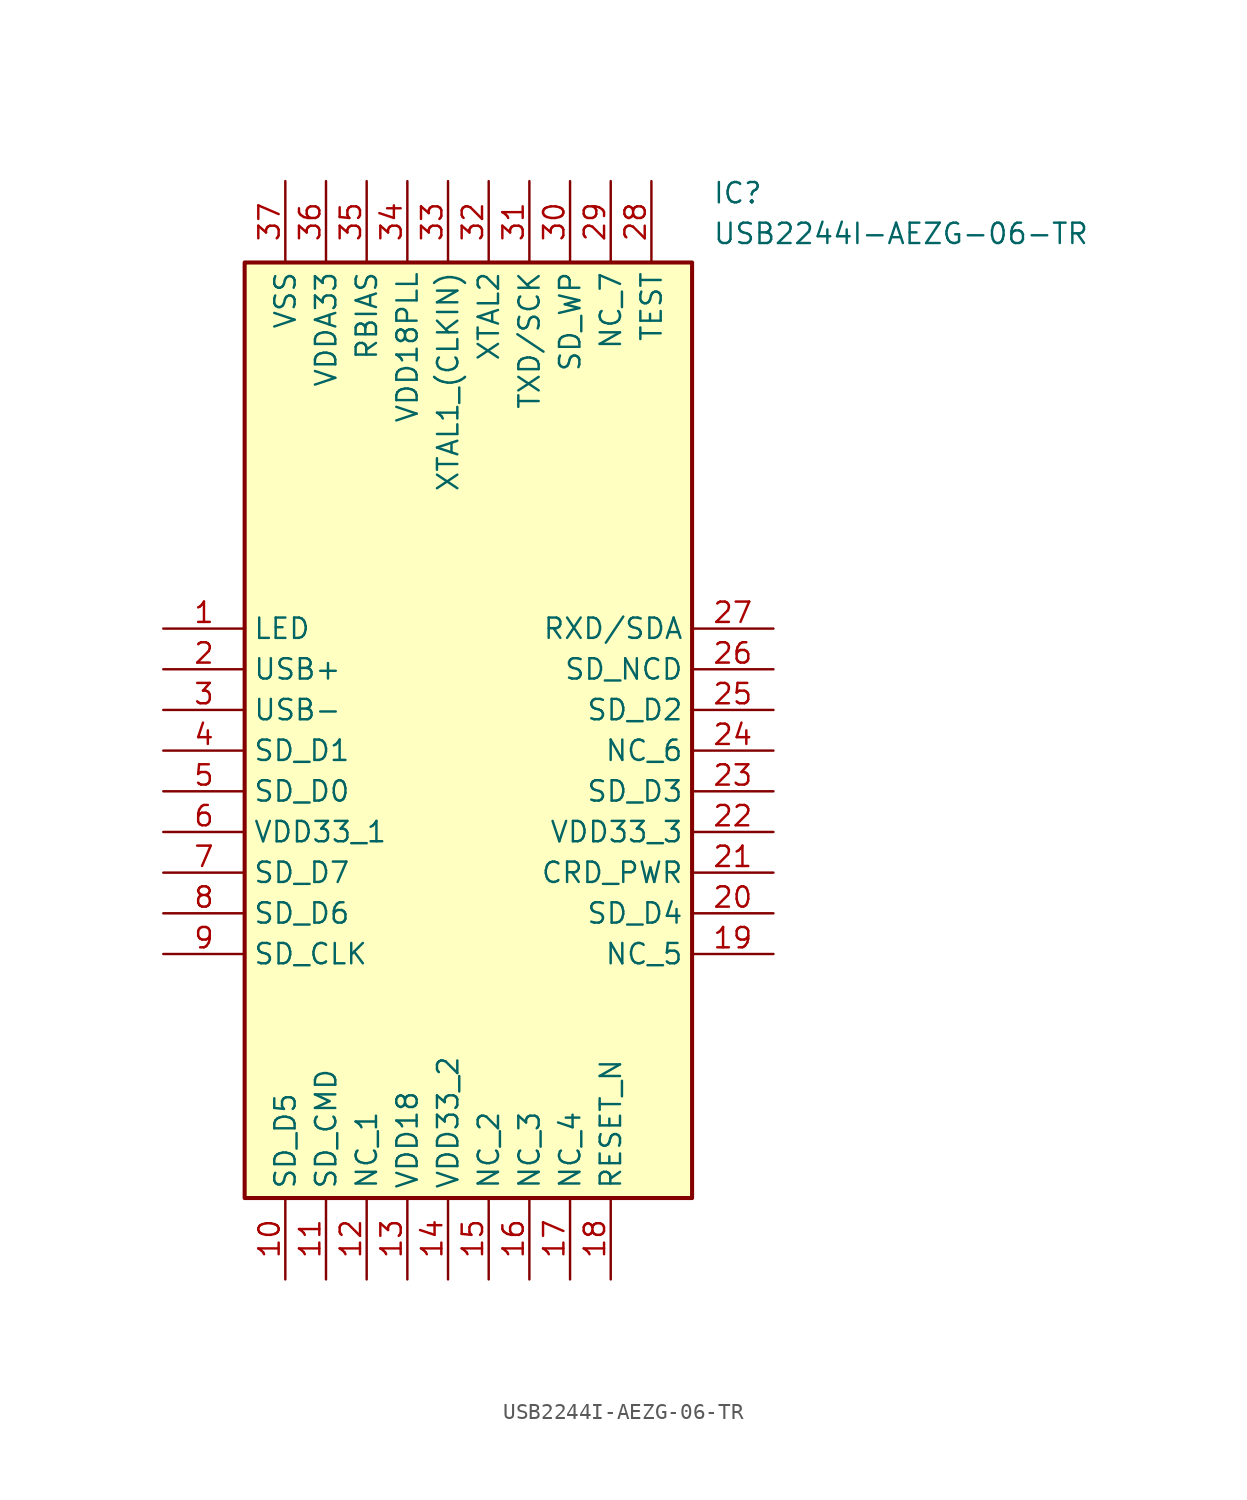
<source format=kicad_sym>
(kicad_symbol_lib
  (version 20211014)
  (generator SamacSys_ECAD_Model)
  (symbol "USB2244I-AEZG-06-TR"
    (property "Reference" "IC"
      (at 34.29 27.94 0)
      (effects (font (size 1.27 1.27)) (justify left top)))
    (property "Value" "USB2244I-AEZG-06-TR"
      (at 34.29 25.4 0)
      (effects (font (size 1.27 1.27)) (justify left top)))
    (rectangle
      (start 5.08 22.86)
      (end 33.02 -35.56)
      (stroke (width 0.254) (type default))
      (fill (type background)))
    (pin passive line
      (at 0 0 0)
      (length 5.08)
      (name "LED" (effects (font (size 1.27 1.27))))
      (number "1" (effects (font (size 1.27 1.27)))))
    (pin passive line
      (at 0 -2.54 0)
      (length 5.08)
      (name "USB+" (effects (font (size 1.27 1.27))))
      (number "2" (effects (font (size 1.27 1.27)))))
    (pin passive line
      (at 0 -5.08 0)
      (length 5.08)
      (name "USB-" (effects (font (size 1.27 1.27))))
      (number "3" (effects (font (size 1.27 1.27)))))
    (pin passive line
      (at 0 -7.62 0)
      (length 5.08)
      (name "SD_D1" (effects (font (size 1.27 1.27))))
      (number "4" (effects (font (size 1.27 1.27)))))
    (pin passive line
      (at 0 -10.16 0)
      (length 5.08)
      (name "SD_D0" (effects (font (size 1.27 1.27))))
      (number "5" (effects (font (size 1.27 1.27)))))
    (pin passive line
      (at 0 -12.7 0)
      (length 5.08)
      (name "VDD33_1" (effects (font (size 1.27 1.27))))
      (number "6" (effects (font (size 1.27 1.27)))))
    (pin passive line
      (at 0 -15.24 0)
      (length 5.08)
      (name "SD_D7" (effects (font (size 1.27 1.27))))
      (number "7" (effects (font (size 1.27 1.27)))))
    (pin passive line
      (at 0 -17.78 0)
      (length 5.08)
      (name "SD_D6" (effects (font (size 1.27 1.27))))
      (number "8" (effects (font (size 1.27 1.27)))))
    (pin passive line
      (at 0 -20.32 0)
      (length 5.08)
      (name "SD_CLK" (effects (font (size 1.27 1.27))))
      (number "9" (effects (font (size 1.27 1.27)))))
    (pin passive line
      (at 7.62 -40.64 90)
      (length 5.08)
      (name "SD_D5" (effects (font (size 1.27 1.27))))
      (number "10" (effects (font (size 1.27 1.27)))))
    (pin passive line
      (at 10.16 -40.64 90)
      (length 5.08)
      (name "SD_CMD" (effects (font (size 1.27 1.27))))
      (number "11" (effects (font (size 1.27 1.27)))))
    (pin passive line
      (at 12.7 -40.64 90)
      (length 5.08)
      (name "NC_1" (effects (font (size 1.27 1.27))))
      (number "12" (effects (font (size 1.27 1.27)))))
    (pin passive line
      (at 15.24 -40.64 90)
      (length 5.08)
      (name "VDD18" (effects (font (size 1.27 1.27))))
      (number "13" (effects (font (size 1.27 1.27)))))
    (pin passive line
      (at 17.78 -40.64 90)
      (length 5.08)
      (name "VDD33_2" (effects (font (size 1.27 1.27))))
      (number "14" (effects (font (size 1.27 1.27)))))
    (pin passive line
      (at 20.32 -40.64 90)
      (length 5.08)
      (name "NC_2" (effects (font (size 1.27 1.27))))
      (number "15" (effects (font (size 1.27 1.27)))))
    (pin passive line
      (at 22.86 -40.64 90)
      (length 5.08)
      (name "NC_3" (effects (font (size 1.27 1.27))))
      (number "16" (effects (font (size 1.27 1.27)))))
    (pin passive line
      (at 25.4 -40.64 90)
      (length 5.08)
      (name "NC_4" (effects (font (size 1.27 1.27))))
      (number "17" (effects (font (size 1.27 1.27)))))
    (pin passive line
      (at 27.94 -40.64 90)
      (length 5.08)
      (name "RESET_N" (effects (font (size 1.27 1.27))))
      (number "18" (effects (font (size 1.27 1.27)))))
    (pin passive line
      (at 38.1 0 180)
      (length 5.08)
      (name "RXD/SDA" (effects (font (size 1.27 1.27))))
      (number "27" (effects (font (size 1.27 1.27)))))
    (pin passive line
      (at 38.1 -2.54 180)
      (length 5.08)
      (name "SD_NCD" (effects (font (size 1.27 1.27))))
      (number "26" (effects (font (size 1.27 1.27)))))
    (pin passive line
      (at 38.1 -5.08 180)
      (length 5.08)
      (name "SD_D2" (effects (font (size 1.27 1.27))))
      (number "25" (effects (font (size 1.27 1.27)))))
    (pin passive line
      (at 38.1 -7.62 180)
      (length 5.08)
      (name "NC_6" (effects (font (size 1.27 1.27))))
      (number "24" (effects (font (size 1.27 1.27)))))
    (pin passive line
      (at 38.1 -10.16 180)
      (length 5.08)
      (name "SD_D3" (effects (font (size 1.27 1.27))))
      (number "23" (effects (font (size 1.27 1.27)))))
    (pin passive line
      (at 38.1 -12.7 180)
      (length 5.08)
      (name "VDD33_3" (effects (font (size 1.27 1.27))))
      (number "22" (effects (font (size 1.27 1.27)))))
    (pin passive line
      (at 38.1 -15.24 180)
      (length 5.08)
      (name "CRD_PWR" (effects (font (size 1.27 1.27))))
      (number "21" (effects (font (size 1.27 1.27)))))
    (pin passive line
      (at 38.1 -17.78 180)
      (length 5.08)
      (name "SD_D4" (effects (font (size 1.27 1.27))))
      (number "20" (effects (font (size 1.27 1.27)))))
    (pin passive line
      (at 38.1 -20.32 180)
      (length 5.08)
      (name "NC_5" (effects (font (size 1.27 1.27))))
      (number "19" (effects (font (size 1.27 1.27)))))
    (pin passive line
      (at 7.62 27.94 270)
      (length 5.08)
      (name "VSS" (effects (font (size 1.27 1.27))))
      (number "37" (effects (font (size 1.27 1.27)))))
    (pin passive line
      (at 10.16 27.94 270)
      (length 5.08)
      (name "VDDA33" (effects (font (size 1.27 1.27))))
      (number "36" (effects (font (size 1.27 1.27)))))
    (pin passive line
      (at 12.7 27.94 270)
      (length 5.08)
      (name "RBIAS" (effects (font (size 1.27 1.27))))
      (number "35" (effects (font (size 1.27 1.27)))))
    (pin passive line
      (at 15.24 27.94 270)
      (length 5.08)
      (name "VDD18PLL" (effects (font (size 1.27 1.27))))
      (number "34" (effects (font (size 1.27 1.27)))))
    (pin passive line
      (at 17.78 27.94 270)
      (length 5.08)
      (name "XTAL1_(CLKIN)" (effects (font (size 1.27 1.27))))
      (number "33" (effects (font (size 1.27 1.27)))))
    (pin passive line
      (at 20.32 27.94 270)
      (length 5.08)
      (name "XTAL2" (effects (font (size 1.27 1.27))))
      (number "32" (effects (font (size 1.27 1.27)))))
    (pin passive line
      (at 22.86 27.94 270)
      (length 5.08)
      (name "TXD/SCK" (effects (font (size 1.27 1.27))))
      (number "31" (effects (font (size 1.27 1.27)))))
    (pin passive line
      (at 25.4 27.94 270)
      (length 5.08)
      (name "SD_WP" (effects (font (size 1.27 1.27))))
      (number "30" (effects (font (size 1.27 1.27)))))
    (pin passive line
      (at 27.94 27.94 270)
      (length 5.08)
      (name "NC_7" (effects (font (size 1.27 1.27))))
      (number "29" (effects (font (size 1.27 1.27)))))
    (pin passive line
      (at 30.48 27.94 270)
      (length 5.08)
      (name "TEST" (effects (font (size 1.27 1.27))))
      (number "28" (effects (font (size 1.27 1.27)))))))
</source>
